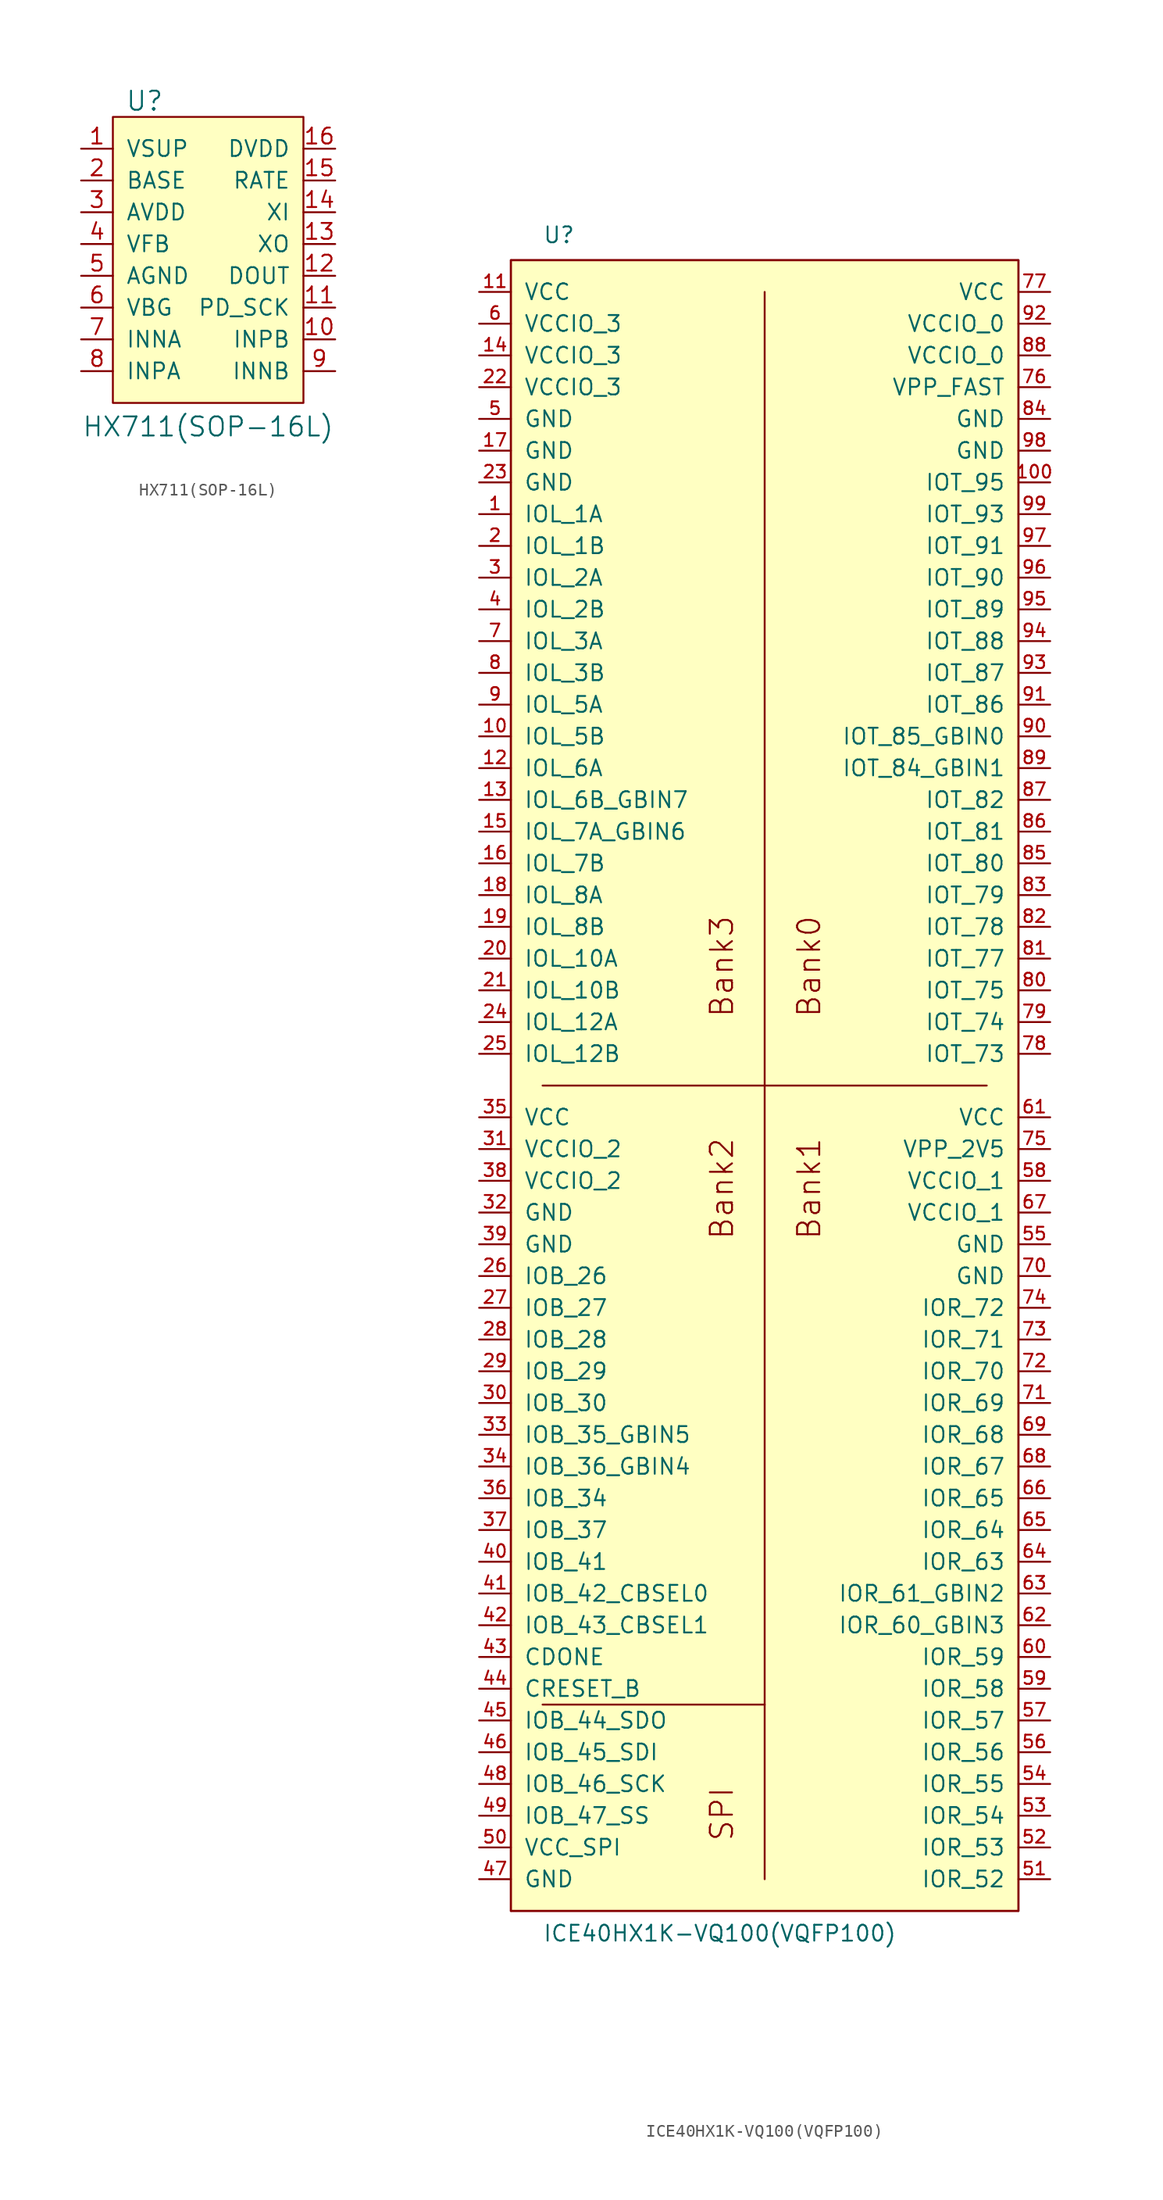
<source format=kicad_sym>
(kicad_symbol_lib
  (version 20220914)
  (generator kicad_symbol_editor)
  (symbol "HX711(SOP-16L)"
    (pin_names
      (offset 1.016))
    (property "Reference" "U"
      (at -5.08 11.43 0)
      (effects (font (size 1.524 1.524))))
    (property "Value" "HX711(SOP-16L)"
      (at 0 -14.605 0)
      (effects (font (size 1.524 1.524))))
    (property "Footprint" ""
      (at 0 2.54 0)
      (effects (font (size 1.524 1.524))))
    (property "Datasheet" ""
      (at 0 2.54 0)
      (effects (font (size 1.524 1.524))))
    (symbol "HX711(SOP-16L)_0_1"
      (rectangle (start -7.62 10.16) (end 7.62 -12.7) (stroke (width 0) (type solid)) (fill (type background))))
    (symbol "HX711(SOP-16L)_1_1"
      (pin power_in line (at -10.16 7.62 0) (length 2.54) (name "VSUP" (effects (font (size 1.27 1.27)))) (number "1" (effects (font (size 1.27 1.27)))))
      (pin input line (at 10.16 -7.62 180) (length 2.54) (name "INPB" (effects (font (size 1.27 1.27)))) (number "10" (effects (font (size 1.27 1.27)))))
      (pin input line (at 10.16 -5.08 180) (length 2.54) (name "PD_SCK" (effects (font (size 1.27 1.27)))) (number "11" (effects (font (size 1.27 1.27)))))
      (pin output line (at 10.16 -2.54 180) (length 2.54) (name "DOUT" (effects (font (size 1.27 1.27)))) (number "12" (effects (font (size 1.27 1.27)))))
      (pin bidirectional line (at 10.16 0 180) (length 2.54) (name "XO" (effects (font (size 1.27 1.27)))) (number "13" (effects (font (size 1.27 1.27)))))
      (pin input line (at 10.16 2.54 180) (length 2.54) (name "XI" (effects (font (size 1.27 1.27)))) (number "14" (effects (font (size 1.27 1.27)))))
      (pin input line (at 10.16 5.08 180) (length 2.54) (name "RATE" (effects (font (size 1.27 1.27)))) (number "15" (effects (font (size 1.27 1.27)))))
      (pin power_in line (at 10.16 7.62 180) (length 2.54) (name "DVDD" (effects (font (size 1.27 1.27)))) (number "16" (effects (font (size 1.27 1.27)))))
      (pin output line (at -10.16 5.08 0) (length 2.54) (name "BASE" (effects (font (size 1.27 1.27)))) (number "2" (effects (font (size 1.27 1.27)))))
      (pin power_in line (at -10.16 2.54 0) (length 2.54) (name "AVDD" (effects (font (size 1.27 1.27)))) (number "3" (effects (font (size 1.27 1.27)))))
      (pin input line (at -10.16 0 0) (length 2.54) (name "VFB" (effects (font (size 1.27 1.27)))) (number "4" (effects (font (size 1.27 1.27)))))
      (pin power_in line (at -10.16 -2.54 0) (length 2.54) (name "AGND" (effects (font (size 1.27 1.27)))) (number "5" (effects (font (size 1.27 1.27)))))
      (pin output line (at -10.16 -5.08 0) (length 2.54) (name "VBG" (effects (font (size 1.27 1.27)))) (number "6" (effects (font (size 1.27 1.27)))))
      (pin input line (at -10.16 -7.62 0) (length 2.54) (name "INNA" (effects (font (size 1.27 1.27)))) (number "7" (effects (font (size 1.27 1.27)))))
      (pin input line (at -10.16 -10.16 0) (length 2.54) (name "INPA" (effects (font (size 1.27 1.27)))) (number "8" (effects (font (size 1.27 1.27)))))
      (pin input line (at 10.16 -10.16 180) (length 2.54) (name "INNB" (effects (font (size 1.27 1.27)))) (number "9" (effects (font (size 1.27 1.27)))))))
  (symbol "ICE40HX1K-VQ100(VQFP100)"
    (pin_names
      (offset 1.016))
    (property "Reference" "U"
      (at -17.78 67.31 0)
      (effects (font (size 1.27 1.27)) (justify left bottom)))
    (property "Value" "ICE40HX1K-VQ100(VQFP100)"
      (at -17.78 -68.58 0)
      (effects (font (size 1.27 1.27)) (justify left bottom)))
    (property "Datasheet" ""
      (at 0 0 0)
      (effects (font (size 1.524 1.524))))
    (symbol "ICE40HX1K-VQ100(VQFP100)_1_0"
      (rectangle (start -20.32 66.04) (end 20.32 -66.04) (stroke (width 0) (type solid)) (fill (type background)))
      (polyline (pts (xy -20.32 -66.04) (xy 20.32 -66.04)) (stroke (width 0) (type solid)) (fill (type none)))
      (polyline (pts (xy -20.32 66.04) (xy -20.32 -66.04)) (stroke (width 0) (type solid)) (fill (type none)))
      (polyline (pts (xy -17.78 0) (xy 17.78 0)) (stroke (width 0) (type solid)) (fill (type none)))
      (polyline (pts (xy 0 -49.53) (xy -17.78 -49.53)) (stroke (width 0) (type solid)) (fill (type none)))
      (polyline (pts (xy 0 -49.53) (xy 0 -63.5)) (stroke (width 0) (type solid)) (fill (type none)))
      (polyline (pts (xy 0 63.5) (xy 0 -49.53)) (stroke (width 0) (type solid)) (fill (type none)))
      (polyline (pts (xy 20.32 -66.04) (xy 20.32 66.04)) (stroke (width 0) (type solid)) (fill (type none)))
      (polyline (pts (xy 20.32 66.04) (xy -20.32 66.04)) (stroke (width 0) (type solid)) (fill (type background)))
      (text "Bank0" (at 3.556 9.525 900) (effects (font (size 1.778 1.778))))
      (text "Bank1" (at 3.556 -8.255 900) (effects (font (size 1.778 1.778))))
      (text "Bank2" (at -3.429 -8.255 900) (effects (font (size 1.778 1.778))))
      (text "Bank3" (at -3.429 9.525 900) (effects (font (size 1.778 1.778))))
      (text "SPI" (at -3.429 -58.293 900) (effects (font (size 1.778 1.778)))))
    (symbol "ICE40HX1K-VQ100(VQFP100)_1_1"
      (pin bidirectional line (at -22.86 45.72 0) (length 2.54) (name "IOL_1A" (effects (font (size 1.27 1.27)))) (number "1" (effects (font (size 1.016 1.016)))))
      (pin bidirectional line (at -22.86 27.94 0) (length 2.54) (name "IOL_5B" (effects (font (size 1.27 1.27)))) (number "10" (effects (font (size 1.016 1.016)))))
      (pin bidirectional line (at 22.86 48.26 180) (length 2.54) (name "IOT_95" (effects (font (size 1.27 1.27)))) (number "100" (effects (font (size 1.016 1.016)))))
      (pin power_in line (at -22.86 63.5 0) (length 2.54) (name "VCC" (effects (font (size 1.27 1.27)))) (number "11" (effects (font (size 1.016 1.016)))))
      (pin bidirectional line (at -22.86 25.4 0) (length 2.54) (name "IOL_6A" (effects (font (size 1.27 1.27)))) (number "12" (effects (font (size 1.016 1.016)))))
      (pin bidirectional line (at -22.86 22.86 0) (length 2.54) (name "IOL_6B_GBIN7" (effects (font (size 1.27 1.27)))) (number "13" (effects (font (size 1.016 1.016)))))
      (pin power_in line (at -22.86 58.42 0) (length 2.54) (name "VCCIO_3" (effects (font (size 1.27 1.27)))) (number "14" (effects (font (size 1.016 1.016)))))
      (pin bidirectional line (at -22.86 20.32 0) (length 2.54) (name "IOL_7A_GBIN6" (effects (font (size 1.27 1.27)))) (number "15" (effects (font (size 1.016 1.016)))))
      (pin bidirectional line (at -22.86 17.78 0) (length 2.54) (name "IOL_7B" (effects (font (size 1.27 1.27)))) (number "16" (effects (font (size 1.016 1.016)))))
      (pin power_in line (at -22.86 50.8 0) (length 2.54) (name "GND" (effects (font (size 1.27 1.27)))) (number "17" (effects (font (size 1.016 1.016)))))
      (pin bidirectional line (at -22.86 15.24 0) (length 2.54) (name "IOL_8A" (effects (font (size 1.27 1.27)))) (number "18" (effects (font (size 1.016 1.016)))))
      (pin bidirectional line (at -22.86 12.7 0) (length 2.54) (name "IOL_8B" (effects (font (size 1.27 1.27)))) (number "19" (effects (font (size 1.016 1.016)))))
      (pin bidirectional line (at -22.86 43.18 0) (length 2.54) (name "IOL_1B" (effects (font (size 1.27 1.27)))) (number "2" (effects (font (size 1.016 1.016)))))
      (pin bidirectional line (at -22.86 10.16 0) (length 2.54) (name "IOL_10A" (effects (font (size 1.27 1.27)))) (number "20" (effects (font (size 1.016 1.016)))))
      (pin bidirectional line (at -22.86 7.62 0) (length 2.54) (name "IOL_10B" (effects (font (size 1.27 1.27)))) (number "21" (effects (font (size 1.016 1.016)))))
      (pin power_in line (at -22.86 55.88 0) (length 2.54) (name "VCCIO_3" (effects (font (size 1.27 1.27)))) (number "22" (effects (font (size 1.016 1.016)))))
      (pin power_in line (at -22.86 48.26 0) (length 2.54) (name "GND" (effects (font (size 1.27 1.27)))) (number "23" (effects (font (size 1.016 1.016)))))
      (pin bidirectional line (at -22.86 5.08 0) (length 2.54) (name "IOL_12A" (effects (font (size 1.27 1.27)))) (number "24" (effects (font (size 1.016 1.016)))))
      (pin bidirectional line (at -22.86 2.54 0) (length 2.54) (name "IOL_12B" (effects (font (size 1.27 1.27)))) (number "25" (effects (font (size 1.016 1.016)))))
      (pin bidirectional line (at -22.86 -15.24 0) (length 2.54) (name "IOB_26" (effects (font (size 1.27 1.27)))) (number "26" (effects (font (size 1.016 1.016)))))
      (pin bidirectional line (at -22.86 -17.78 0) (length 2.54) (name "IOB_27" (effects (font (size 1.27 1.27)))) (number "27" (effects (font (size 1.016 1.016)))))
      (pin bidirectional line (at -22.86 -20.32 0) (length 2.54) (name "IOB_28" (effects (font (size 1.27 1.27)))) (number "28" (effects (font (size 1.016 1.016)))))
      (pin bidirectional line (at -22.86 -22.86 0) (length 2.54) (name "IOB_29" (effects (font (size 1.27 1.27)))) (number "29" (effects (font (size 1.016 1.016)))))
      (pin bidirectional line (at -22.86 40.64 0) (length 2.54) (name "IOL_2A" (effects (font (size 1.27 1.27)))) (number "3" (effects (font (size 1.016 1.016)))))
      (pin bidirectional line (at -22.86 -25.4 0) (length 2.54) (name "IOB_30" (effects (font (size 1.27 1.27)))) (number "30" (effects (font (size 1.016 1.016)))))
      (pin power_in line (at -22.86 -5.08 0) (length 2.54) (name "VCCIO_2" (effects (font (size 1.27 1.27)))) (number "31" (effects (font (size 1.016 1.016)))))
      (pin power_in line (at -22.86 -10.16 0) (length 2.54) (name "GND" (effects (font (size 1.27 1.27)))) (number "32" (effects (font (size 1.016 1.016)))))
      (pin bidirectional line (at -22.86 -27.94 0) (length 2.54) (name "IOB_35_GBIN5" (effects (font (size 1.27 1.27)))) (number "33" (effects (font (size 1.016 1.016)))))
      (pin bidirectional line (at -22.86 -30.48 0) (length 2.54) (name "IOB_36_GBIN4" (effects (font (size 1.27 1.27)))) (number "34" (effects (font (size 1.016 1.016)))))
      (pin power_in line (at -22.86 -2.54 0) (length 2.54) (name "VCC" (effects (font (size 1.27 1.27)))) (number "35" (effects (font (size 1.016 1.016)))))
      (pin bidirectional line (at -22.86 -33.02 0) (length 2.54) (name "IOB_34" (effects (font (size 1.27 1.27)))) (number "36" (effects (font (size 1.016 1.016)))))
      (pin bidirectional line (at -22.86 -35.56 0) (length 2.54) (name "IOB_37" (effects (font (size 1.27 1.27)))) (number "37" (effects (font (size 1.016 1.016)))))
      (pin power_in line (at -22.86 -7.62 0) (length 2.54) (name "VCCIO_2" (effects (font (size 1.27 1.27)))) (number "38" (effects (font (size 1.016 1.016)))))
      (pin power_in line (at -22.86 -12.7 0) (length 2.54) (name "GND" (effects (font (size 1.27 1.27)))) (number "39" (effects (font (size 1.016 1.016)))))
      (pin bidirectional line (at -22.86 38.1 0) (length 2.54) (name "IOL_2B" (effects (font (size 1.27 1.27)))) (number "4" (effects (font (size 1.016 1.016)))))
      (pin bidirectional line (at -22.86 -38.1 0) (length 2.54) (name "IOB_41" (effects (font (size 1.27 1.27)))) (number "40" (effects (font (size 1.016 1.016)))))
      (pin bidirectional line (at -22.86 -40.64 0) (length 2.54) (name "IOB_42_CBSEL0" (effects (font (size 1.27 1.27)))) (number "41" (effects (font (size 1.016 1.016)))))
      (pin bidirectional line (at -22.86 -43.18 0) (length 2.54) (name "IOB_43_CBSEL1" (effects (font (size 1.27 1.27)))) (number "42" (effects (font (size 1.016 1.016)))))
      (pin bidirectional line (at -22.86 -45.72 0) (length 2.54) (name "CDONE" (effects (font (size 1.27 1.27)))) (number "43" (effects (font (size 1.016 1.016)))))
      (pin bidirectional line (at -22.86 -48.26 0) (length 2.54) (name "CRESET_B" (effects (font (size 1.27 1.27)))) (number "44" (effects (font (size 1.016 1.016)))))
      (pin bidirectional line (at -22.86 -50.8 0) (length 2.54) (name "IOB_44_SDO" (effects (font (size 1.27 1.27)))) (number "45" (effects (font (size 1.016 1.016)))))
      (pin bidirectional line (at -22.86 -53.34 0) (length 2.54) (name "IOB_45_SDI" (effects (font (size 1.27 1.27)))) (number "46" (effects (font (size 1.016 1.016)))))
      (pin power_in line (at -22.86 -63.5 0) (length 2.54) (name "GND" (effects (font (size 1.27 1.27)))) (number "47" (effects (font (size 1.016 1.016)))))
      (pin bidirectional line (at -22.86 -55.88 0) (length 2.54) (name "IOB_46_SCK" (effects (font (size 1.27 1.27)))) (number "48" (effects (font (size 1.016 1.016)))))
      (pin bidirectional line (at -22.86 -58.42 0) (length 2.54) (name "IOB_47_SS" (effects (font (size 1.27 1.27)))) (number "49" (effects (font (size 1.016 1.016)))))
      (pin power_in line (at -22.86 53.34 0) (length 2.54) (name "GND" (effects (font (size 1.27 1.27)))) (number "5" (effects (font (size 1.016 1.016)))))
      (pin power_in line (at -22.86 -60.96 0) (length 2.54) (name "VCC_SPI" (effects (font (size 1.27 1.27)))) (number "50" (effects (font (size 1.016 1.016)))))
      (pin bidirectional line (at 22.86 -63.5 180) (length 2.54) (name "IOR_52" (effects (font (size 1.27 1.27)))) (number "51" (effects (font (size 1.016 1.016)))))
      (pin bidirectional line (at 22.86 -60.96 180) (length 2.54) (name "IOR_53" (effects (font (size 1.27 1.27)))) (number "52" (effects (font (size 1.016 1.016)))))
      (pin bidirectional line (at 22.86 -58.42 180) (length 2.54) (name "IOR_54" (effects (font (size 1.27 1.27)))) (number "53" (effects (font (size 1.016 1.016)))))
      (pin bidirectional line (at 22.86 -55.88 180) (length 2.54) (name "IOR_55" (effects (font (size 1.27 1.27)))) (number "54" (effects (font (size 1.016 1.016)))))
      (pin power_in line (at 22.86 -12.7 180) (length 2.54) (name "GND" (effects (font (size 1.27 1.27)))) (number "55" (effects (font (size 1.016 1.016)))))
      (pin bidirectional line (at 22.86 -53.34 180) (length 2.54) (name "IOR_56" (effects (font (size 1.27 1.27)))) (number "56" (effects (font (size 1.016 1.016)))))
      (pin bidirectional line (at 22.86 -50.8 180) (length 2.54) (name "IOR_57" (effects (font (size 1.27 1.27)))) (number "57" (effects (font (size 1.016 1.016)))))
      (pin power_in line (at 22.86 -7.62 180) (length 2.54) (name "VCCIO_1" (effects (font (size 1.27 1.27)))) (number "58" (effects (font (size 1.016 1.016)))))
      (pin bidirectional line (at 22.86 -48.26 180) (length 2.54) (name "IOR_58" (effects (font (size 1.27 1.27)))) (number "59" (effects (font (size 1.016 1.016)))))
      (pin power_in line (at -22.86 60.96 0) (length 2.54) (name "VCCIO_3" (effects (font (size 1.27 1.27)))) (number "6" (effects (font (size 1.016 1.016)))))
      (pin bidirectional line (at 22.86 -45.72 180) (length 2.54) (name "IOR_59" (effects (font (size 1.27 1.27)))) (number "60" (effects (font (size 1.016 1.016)))))
      (pin power_in line (at 22.86 -2.54 180) (length 2.54) (name "VCC" (effects (font (size 1.27 1.27)))) (number "61" (effects (font (size 1.016 1.016)))))
      (pin bidirectional line (at 22.86 -43.18 180) (length 2.54) (name "IOR_60_GBIN3" (effects (font (size 1.27 1.27)))) (number "62" (effects (font (size 1.016 1.016)))))
      (pin bidirectional line (at 22.86 -40.64 180) (length 2.54) (name "IOR_61_GBIN2" (effects (font (size 1.27 1.27)))) (number "63" (effects (font (size 1.016 1.016)))))
      (pin bidirectional line (at 22.86 -38.1 180) (length 2.54) (name "IOR_63" (effects (font (size 1.27 1.27)))) (number "64" (effects (font (size 1.016 1.016)))))
      (pin bidirectional line (at 22.86 -35.56 180) (length 2.54) (name "IOR_64" (effects (font (size 1.27 1.27)))) (number "65" (effects (font (size 1.016 1.016)))))
      (pin bidirectional line (at 22.86 -33.02 180) (length 2.54) (name "IOR_65" (effects (font (size 1.27 1.27)))) (number "66" (effects (font (size 1.016 1.016)))))
      (pin power_in line (at 22.86 -10.16 180) (length 2.54) (name "VCCIO_1" (effects (font (size 1.27 1.27)))) (number "67" (effects (font (size 1.016 1.016)))))
      (pin bidirectional line (at 22.86 -30.48 180) (length 2.54) (name "IOR_67" (effects (font (size 1.27 1.27)))) (number "68" (effects (font (size 1.016 1.016)))))
      (pin bidirectional line (at 22.86 -27.94 180) (length 2.54) (name "IOR_68" (effects (font (size 1.27 1.27)))) (number "69" (effects (font (size 1.016 1.016)))))
      (pin bidirectional line (at -22.86 35.56 0) (length 2.54) (name "IOL_3A" (effects (font (size 1.27 1.27)))) (number "7" (effects (font (size 1.016 1.016)))))
      (pin power_in line (at 22.86 -15.24 180) (length 2.54) (name "GND" (effects (font (size 1.27 1.27)))) (number "70" (effects (font (size 1.016 1.016)))))
      (pin bidirectional line (at 22.86 -25.4 180) (length 2.54) (name "IOR_69" (effects (font (size 1.27 1.27)))) (number "71" (effects (font (size 1.016 1.016)))))
      (pin bidirectional line (at 22.86 -22.86 180) (length 2.54) (name "IOR_70" (effects (font (size 1.27 1.27)))) (number "72" (effects (font (size 1.016 1.016)))))
      (pin bidirectional line (at 22.86 -20.32 180) (length 2.54) (name "IOR_71" (effects (font (size 1.27 1.27)))) (number "73" (effects (font (size 1.016 1.016)))))
      (pin bidirectional line (at 22.86 -17.78 180) (length 2.54) (name "IOR_72" (effects (font (size 1.27 1.27)))) (number "74" (effects (font (size 1.016 1.016)))))
      (pin power_in line (at 22.86 -5.08 180) (length 2.54) (name "VPP_2V5" (effects (font (size 1.27 1.27)))) (number "75" (effects (font (size 1.016 1.016)))))
      (pin power_in line (at 22.86 55.88 180) (length 2.54) (name "VPP_FAST" (effects (font (size 1.27 1.27)))) (number "76" (effects (font (size 1.016 1.016)))))
      (pin power_in line (at 22.86 63.5 180) (length 2.54) (name "VCC" (effects (font (size 1.27 1.27)))) (number "77" (effects (font (size 1.016 1.016)))))
      (pin bidirectional line (at 22.86 2.54 180) (length 2.54) (name "IOT_73" (effects (font (size 1.27 1.27)))) (number "78" (effects (font (size 1.016 1.016)))))
      (pin bidirectional line (at 22.86 5.08 180) (length 2.54) (name "IOT_74" (effects (font (size 1.27 1.27)))) (number "79" (effects (font (size 1.016 1.016)))))
      (pin bidirectional line (at -22.86 33.02 0) (length 2.54) (name "IOL_3B" (effects (font (size 1.27 1.27)))) (number "8" (effects (font (size 1.016 1.016)))))
      (pin bidirectional line (at 22.86 7.62 180) (length 2.54) (name "IOT_75" (effects (font (size 1.27 1.27)))) (number "80" (effects (font (size 1.016 1.016)))))
      (pin bidirectional line (at 22.86 10.16 180) (length 2.54) (name "IOT_77" (effects (font (size 1.27 1.27)))) (number "81" (effects (font (size 1.016 1.016)))))
      (pin bidirectional line (at 22.86 12.7 180) (length 2.54) (name "IOT_78" (effects (font (size 1.27 1.27)))) (number "82" (effects (font (size 1.016 1.016)))))
      (pin bidirectional line (at 22.86 15.24 180) (length 2.54) (name "IOT_79" (effects (font (size 1.27 1.27)))) (number "83" (effects (font (size 1.016 1.016)))))
      (pin power_in line (at 22.86 53.34 180) (length 2.54) (name "GND" (effects (font (size 1.27 1.27)))) (number "84" (effects (font (size 1.016 1.016)))))
      (pin bidirectional line (at 22.86 17.78 180) (length 2.54) (name "IOT_80" (effects (font (size 1.27 1.27)))) (number "85" (effects (font (size 1.016 1.016)))))
      (pin bidirectional line (at 22.86 20.32 180) (length 2.54) (name "IOT_81" (effects (font (size 1.27 1.27)))) (number "86" (effects (font (size 1.016 1.016)))))
      (pin bidirectional line (at 22.86 22.86 180) (length 2.54) (name "IOT_82" (effects (font (size 1.27 1.27)))) (number "87" (effects (font (size 1.016 1.016)))))
      (pin power_in line (at 22.86 58.42 180) (length 2.54) (name "VCCIO_0" (effects (font (size 1.27 1.27)))) (number "88" (effects (font (size 1.016 1.016)))))
      (pin bidirectional line (at 22.86 25.4 180) (length 2.54) (name "IOT_84_GBIN1" (effects (font (size 1.27 1.27)))) (number "89" (effects (font (size 1.016 1.016)))))
      (pin bidirectional line (at -22.86 30.48 0) (length 2.54) (name "IOL_5A" (effects (font (size 1.27 1.27)))) (number "9" (effects (font (size 1.016 1.016)))))
      (pin bidirectional line (at 22.86 27.94 180) (length 2.54) (name "IOT_85_GBIN0" (effects (font (size 1.27 1.27)))) (number "90" (effects (font (size 1.016 1.016)))))
      (pin bidirectional line (at 22.86 30.48 180) (length 2.54) (name "IOT_86" (effects (font (size 1.27 1.27)))) (number "91" (effects (font (size 1.016 1.016)))))
      (pin power_in line (at 22.86 60.96 180) (length 2.54) (name "VCCIO_0" (effects (font (size 1.27 1.27)))) (number "92" (effects (font (size 1.016 1.016)))))
      (pin bidirectional line (at 22.86 33.02 180) (length 2.54) (name "IOT_87" (effects (font (size 1.27 1.27)))) (number "93" (effects (font (size 1.016 1.016)))))
      (pin bidirectional line (at 22.86 35.56 180) (length 2.54) (name "IOT_88" (effects (font (size 1.27 1.27)))) (number "94" (effects (font (size 1.016 1.016)))))
      (pin bidirectional line (at 22.86 38.1 180) (length 2.54) (name "IOT_89" (effects (font (size 1.27 1.27)))) (number "95" (effects (font (size 1.016 1.016)))))
      (pin bidirectional line (at 22.86 40.64 180) (length 2.54) (name "IOT_90" (effects (font (size 1.27 1.27)))) (number "96" (effects (font (size 1.016 1.016)))))
      (pin bidirectional line (at 22.86 43.18 180) (length 2.54) (name "IOT_91" (effects (font (size 1.27 1.27)))) (number "97" (effects (font (size 1.016 1.016)))))
      (pin power_in line (at 22.86 50.8 180) (length 2.54) (name "GND" (effects (font (size 1.27 1.27)))) (number "98" (effects (font (size 1.016 1.016)))))
      (pin bidirectional line (at 22.86 45.72 180) (length 2.54) (name "IOT_93" (effects (font (size 1.27 1.27)))) (number "99" (effects (font (size 1.016 1.016))))))))
</source>
